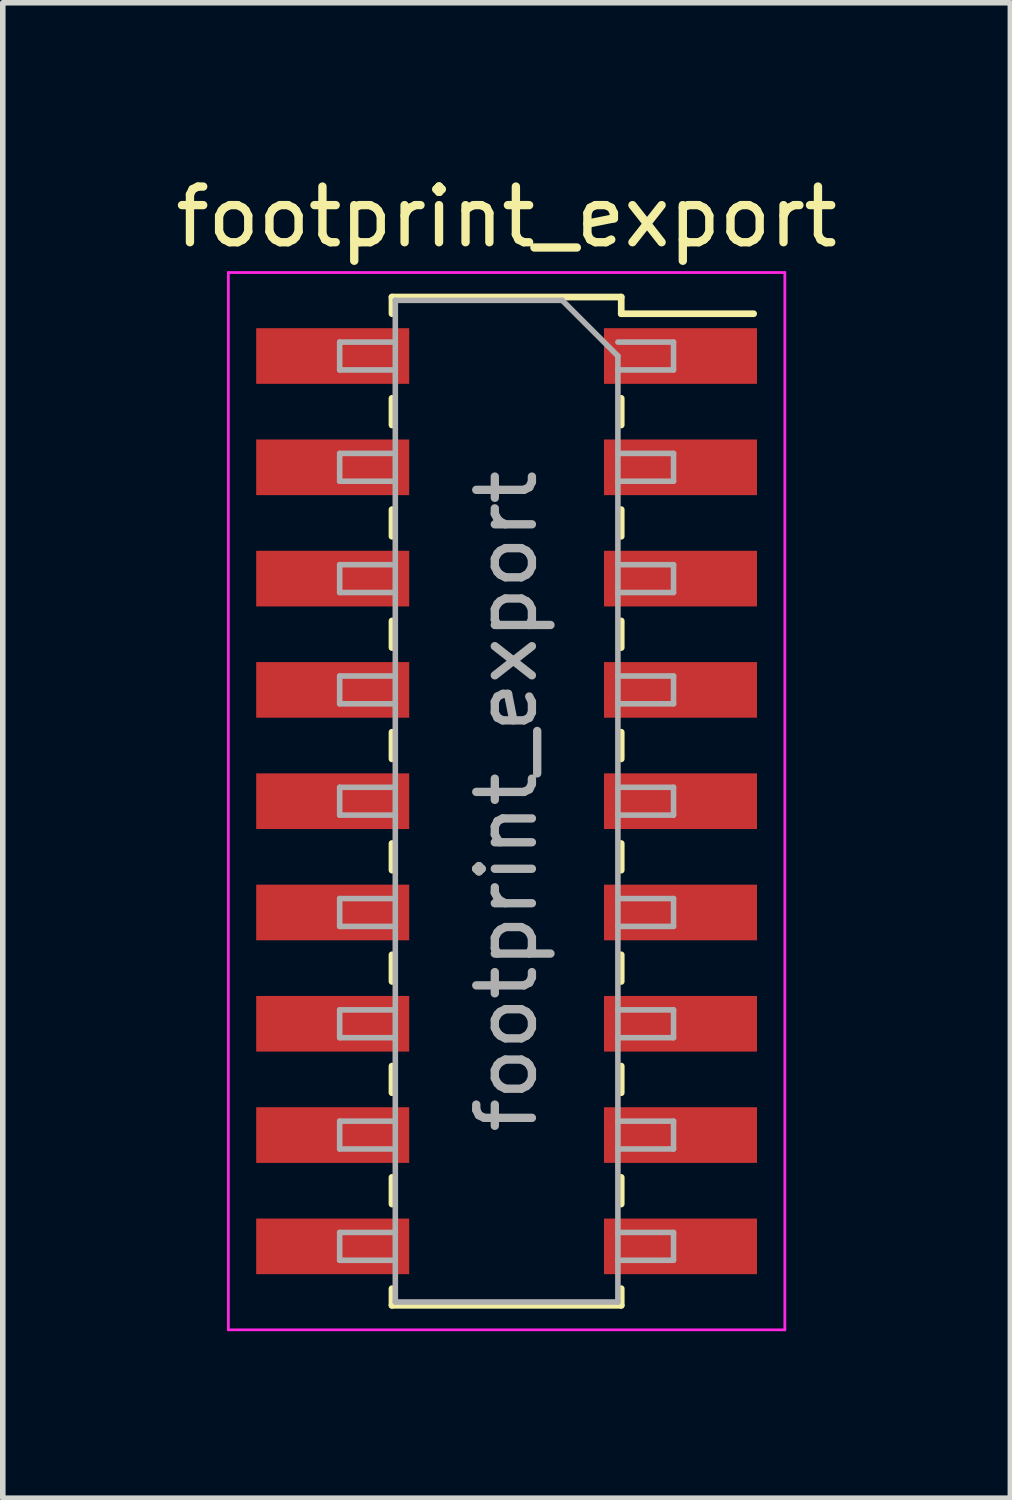
<source format=kicad_pcb>
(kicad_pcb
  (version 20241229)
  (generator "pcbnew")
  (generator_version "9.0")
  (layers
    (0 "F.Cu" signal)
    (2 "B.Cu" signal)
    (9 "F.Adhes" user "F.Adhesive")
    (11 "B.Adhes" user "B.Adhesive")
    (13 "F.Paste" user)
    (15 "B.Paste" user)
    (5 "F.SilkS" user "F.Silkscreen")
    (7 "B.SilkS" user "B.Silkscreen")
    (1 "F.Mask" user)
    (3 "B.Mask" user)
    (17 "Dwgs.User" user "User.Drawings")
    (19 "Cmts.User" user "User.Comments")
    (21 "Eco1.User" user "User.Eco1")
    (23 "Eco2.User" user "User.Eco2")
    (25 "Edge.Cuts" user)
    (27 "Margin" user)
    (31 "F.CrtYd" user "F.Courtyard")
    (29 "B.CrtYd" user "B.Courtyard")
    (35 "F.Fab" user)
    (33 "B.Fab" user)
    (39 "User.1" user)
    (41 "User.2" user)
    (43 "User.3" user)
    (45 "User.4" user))
  (footprint "footprint_export"
    (layer "F.Cu")
    (at 6.054 11.348)
    (property "Reference" "footprint_export" (at 0 -10.5 0) (layer "F.SilkS") (effects (font (size 1 1) (thickness 0.15))))
    (attr smd)
    (fp_line (start -2.06 -9.06) (end -2.06 -8.76) (stroke (width 0.12) (type solid)) (layer "F.SilkS"))
    (fp_line (start -2.06 -9.06) (end 2.06 -9.06) (stroke (width 0.12) (type solid)) (layer "F.SilkS"))
    (fp_line (start -2.06 -7.24) (end -2.06 -6.76) (stroke (width 0.12) (type solid)) (layer "F.SilkS"))
    (fp_line (start -2.06 -5.24) (end -2.06 -4.76) (stroke (width 0.12) (type solid)) (layer "F.SilkS"))
    (fp_line (start -2.06 -3.24) (end -2.06 -2.76) (stroke (width 0.12) (type solid)) (layer "F.SilkS"))
    (fp_line (start -2.06 -1.24) (end -2.06 -0.76) (stroke (width 0.12) (type solid)) (layer "F.SilkS"))
    (fp_line (start -2.06 0.76) (end -2.06 1.24) (stroke (width 0.12) (type solid)) (layer "F.SilkS"))
    (fp_line (start -2.06 2.76) (end -2.06 3.24) (stroke (width 0.12) (type solid)) (layer "F.SilkS"))
    (fp_line (start -2.06 4.76) (end -2.06 5.24) (stroke (width 0.12) (type solid)) (layer "F.SilkS"))
    (fp_line (start -2.06 6.76) (end -2.06 7.24) (stroke (width 0.12) (type solid)) (layer "F.SilkS"))
    (fp_line (start -2.06 8.76) (end -2.06 9.06) (stroke (width 0.12) (type solid)) (layer "F.SilkS"))
    (fp_line (start -2.06 9.06) (end 2.06 9.06) (stroke (width 0.12) (type solid)) (layer "F.SilkS"))
    (fp_line (start 2.06 -9.06) (end 2.06 -8.76) (stroke (width 0.12) (type solid)) (layer "F.SilkS"))
    (fp_line (start 2.06 -8.76) (end 4.44 -8.76) (stroke (width 0.12) (type solid)) (layer "F.SilkS"))
    (fp_line (start 2.06 -7.24) (end 2.06 -6.76) (stroke (width 0.12) (type solid)) (layer "F.SilkS"))
    (fp_line (start 2.06 -5.24) (end 2.06 -4.76) (stroke (width 0.12) (type solid)) (layer "F.SilkS"))
    (fp_line (start 2.06 -3.24) (end 2.06 -2.76) (stroke (width 0.12) (type solid)) (layer "F.SilkS"))
    (fp_line (start 2.06 -1.24) (end 2.06 -0.76) (stroke (width 0.12) (type solid)) (layer "F.SilkS"))
    (fp_line (start 2.06 0.76) (end 2.06 1.24) (stroke (width 0.12) (type solid)) (layer "F.SilkS"))
    (fp_line (start 2.06 2.76) (end 2.06 3.24) (stroke (width 0.12) (type solid)) (layer "F.SilkS"))
    (fp_line (start 2.06 4.76) (end 2.06 5.24) (stroke (width 0.12) (type solid)) (layer "F.SilkS"))
    (fp_line (start 2.06 6.76) (end 2.06 7.24) (stroke (width 0.12) (type solid)) (layer "F.SilkS"))
    (fp_line (start 2.06 8.76) (end 2.06 9.06) (stroke (width 0.12) (type solid)) (layer "F.SilkS"))
    (fp_line (start -5 -9.5) (end 5 -9.5) (stroke (width 0.05) (type solid)) (layer "F.CrtYd"))
    (fp_line (start -5 9.5) (end -5 -9.5) (stroke (width 0.05) (type solid)) (layer "F.CrtYd"))
    (fp_line (start 5 -9.5) (end 5 9.5) (stroke (width 0.05) (type solid)) (layer "F.CrtYd"))
    (fp_line (start 5 9.5) (end -5 9.5) (stroke (width 0.05) (type solid)) (layer "F.CrtYd"))
    (fp_line (start -3 -8.25) (end -2 -8.25) (stroke (width 0.1) (type solid)) (layer "F.Fab"))
    (fp_line (start -3 -7.75) (end -3 -8.25) (stroke (width 0.1) (type solid)) (layer "F.Fab"))
    (fp_line (start -3 -6.25) (end -2 -6.25) (stroke (width 0.1) (type solid)) (layer "F.Fab"))
    (fp_line (start -3 -5.75) (end -3 -6.25) (stroke (width 0.1) (type solid)) (layer "F.Fab"))
    (fp_line (start -3 -4.25) (end -2 -4.25) (stroke (width 0.1) (type solid)) (layer "F.Fab"))
    (fp_line (start -3 -3.75) (end -3 -4.25) (stroke (width 0.1) (type solid)) (layer "F.Fab"))
    (fp_line (start -3 -2.25) (end -2 -2.25) (stroke (width 0.1) (type solid)) (layer "F.Fab"))
    (fp_line (start -3 -1.75) (end -3 -2.25) (stroke (width 0.1) (type solid)) (layer "F.Fab"))
    (fp_line (start -3 -0.25) (end -2 -0.25) (stroke (width 0.1) (type solid)) (layer "F.Fab"))
    (fp_line (start -3 0.25) (end -3 -0.25) (stroke (width 0.1) (type solid)) (layer "F.Fab"))
    (fp_line (start -3 1.75) (end -2 1.75) (stroke (width 0.1) (type solid)) (layer "F.Fab"))
    (fp_line (start -3 2.25) (end -3 1.75) (stroke (width 0.1) (type solid)) (layer "F.Fab"))
    (fp_line (start -3 3.75) (end -2 3.75) (stroke (width 0.1) (type solid)) (layer "F.Fab"))
    (fp_line (start -3 4.25) (end -3 3.75) (stroke (width 0.1) (type solid)) (layer "F.Fab"))
    (fp_line (start -3 5.75) (end -2 5.75) (stroke (width 0.1) (type solid)) (layer "F.Fab"))
    (fp_line (start -3 6.25) (end -3 5.75) (stroke (width 0.1) (type solid)) (layer "F.Fab"))
    (fp_line (start -3 7.75) (end -2 7.75) (stroke (width 0.1) (type solid)) (layer "F.Fab"))
    (fp_line (start -3 8.25) (end -3 7.75) (stroke (width 0.1) (type solid)) (layer "F.Fab"))
    (fp_line (start -2 -9) (end 1 -9) (stroke (width 0.1) (type solid)) (layer "F.Fab"))
    (fp_line (start -2 -7.75) (end -3 -7.75) (stroke (width 0.1) (type solid)) (layer "F.Fab"))
    (fp_line (start -2 -5.75) (end -3 -5.75) (stroke (width 0.1) (type solid)) (layer "F.Fab"))
    (fp_line (start -2 -3.75) (end -3 -3.75) (stroke (width 0.1) (type solid)) (layer "F.Fab"))
    (fp_line (start -2 -1.75) (end -3 -1.75) (stroke (width 0.1) (type solid)) (layer "F.Fab"))
    (fp_line (start -2 0.25) (end -3 0.25) (stroke (width 0.1) (type solid)) (layer "F.Fab"))
    (fp_line (start -2 2.25) (end -3 2.25) (stroke (width 0.1) (type solid)) (layer "F.Fab"))
    (fp_line (start -2 4.25) (end -3 4.25) (stroke (width 0.1) (type solid)) (layer "F.Fab"))
    (fp_line (start -2 6.25) (end -3 6.25) (stroke (width 0.1) (type solid)) (layer "F.Fab"))
    (fp_line (start -2 8.25) (end -3 8.25) (stroke (width 0.1) (type solid)) (layer "F.Fab"))
    (fp_line (start -2 9) (end -2 -9) (stroke (width 0.1) (type solid)) (layer "F.Fab"))
    (fp_line (start 1 -9) (end 2 -8) (stroke (width 0.1) (type solid)) (layer "F.Fab"))
    (fp_line (start 2 -8.25) (end 3 -8.25) (stroke (width 0.1) (type solid)) (layer "F.Fab"))
    (fp_line (start 2 -8) (end 2 9) (stroke (width 0.1) (type solid)) (layer "F.Fab"))
    (fp_line (start 2 -6.25) (end 3 -6.25) (stroke (width 0.1) (type solid)) (layer "F.Fab"))
    (fp_line (start 2 -4.25) (end 3 -4.25) (stroke (width 0.1) (type solid)) (layer "F.Fab"))
    (fp_line (start 2 -2.25) (end 3 -2.25) (stroke (width 0.1) (type solid)) (layer "F.Fab"))
    (fp_line (start 2 -0.25) (end 3 -0.25) (stroke (width 0.1) (type solid)) (layer "F.Fab"))
    (fp_line (start 2 1.75) (end 3 1.75) (stroke (width 0.1) (type solid)) (layer "F.Fab"))
    (fp_line (start 2 3.75) (end 3 3.75) (stroke (width 0.1) (type solid)) (layer "F.Fab"))
    (fp_line (start 2 5.75) (end 3 5.75) (stroke (width 0.1) (type solid)) (layer "F.Fab"))
    (fp_line (start 2 7.75) (end 3 7.75) (stroke (width 0.1) (type solid)) (layer "F.Fab"))
    (fp_line (start 2 9) (end -2 9) (stroke (width 0.1) (type solid)) (layer "F.Fab"))
    (fp_line (start 3 -8.25) (end 3 -7.75) (stroke (width 0.1) (type solid)) (layer "F.Fab"))
    (fp_line (start 3 -7.75) (end 2 -7.75) (stroke (width 0.1) (type solid)) (layer "F.Fab"))
    (fp_line (start 3 -6.25) (end 3 -5.75) (stroke (width 0.1) (type solid)) (layer "F.Fab"))
    (fp_line (start 3 -5.75) (end 2 -5.75) (stroke (width 0.1) (type solid)) (layer "F.Fab"))
    (fp_line (start 3 -4.25) (end 3 -3.75) (stroke (width 0.1) (type solid)) (layer "F.Fab"))
    (fp_line (start 3 -3.75) (end 2 -3.75) (stroke (width 0.1) (type solid)) (layer "F.Fab"))
    (fp_line (start 3 -2.25) (end 3 -1.75) (stroke (width 0.1) (type solid)) (layer "F.Fab"))
    (fp_line (start 3 -1.75) (end 2 -1.75) (stroke (width 0.1) (type solid)) (layer "F.Fab"))
    (fp_line (start 3 -0.25) (end 3 0.25) (stroke (width 0.1) (type solid)) (layer "F.Fab"))
    (fp_line (start 3 0.25) (end 2 0.25) (stroke (width 0.1) (type solid)) (layer "F.Fab"))
    (fp_line (start 3 1.75) (end 3 2.25) (stroke (width 0.1) (type solid)) (layer "F.Fab"))
    (fp_line (start 3 2.25) (end 2 2.25) (stroke (width 0.1) (type solid)) (layer "F.Fab"))
    (fp_line (start 3 3.75) (end 3 4.25) (stroke (width 0.1) (type solid)) (layer "F.Fab"))
    (fp_line (start 3 4.25) (end 2 4.25) (stroke (width 0.1) (type solid)) (layer "F.Fab"))
    (fp_line (start 3 5.75) (end 3 6.25) (stroke (width 0.1) (type solid)) (layer "F.Fab"))
    (fp_line (start 3 6.25) (end 2 6.25) (stroke (width 0.1) (type solid)) (layer "F.Fab"))
    (fp_line (start 3 7.75) (end 3 8.25) (stroke (width 0.1) (type solid)) (layer "F.Fab"))
    (fp_line (start 3 8.25) (end 2 8.25) (stroke (width 0.1) (type solid)) (layer "F.Fab"))
    (fp_text user "${REFERENCE}" (at 0 0 90) (layer "F.Fab") (effects (font (size 1 1) (thickness 0.15))))
    (pad "1" smd rect (at 3.125 -8) (size 2.75 1) (layers "F.Cu" "F.Mask" "F.Paste"))
    (pad "2" smd rect (at -3.125 -8) (size 2.75 1) (layers "F.Cu" "F.Mask" "F.Paste"))
    (pad "3" smd rect (at 3.125 -6) (size 2.75 1) (layers "F.Cu" "F.Mask" "F.Paste"))
    (pad "4" smd rect (at -3.125 -6) (size 2.75 1) (layers "F.Cu" "F.Mask" "F.Paste"))
    (pad "5" smd rect (at 3.125 -4) (size 2.75 1) (layers "F.Cu" "F.Mask" "F.Paste"))
    (pad "6" smd rect (at -3.125 -4) (size 2.75 1) (layers "F.Cu" "F.Mask" "F.Paste"))
    (pad "7" smd rect (at 3.125 -2) (size 2.75 1) (layers "F.Cu" "F.Mask" "F.Paste"))
    (pad "8" smd rect (at -3.125 -2) (size 2.75 1) (layers "F.Cu" "F.Mask" "F.Paste"))
    (pad "9" smd rect (at 3.125 0) (size 2.75 1) (layers "F.Cu" "F.Mask" "F.Paste"))
    (pad "10" smd rect (at -3.125 0) (size 2.75 1) (layers "F.Cu" "F.Mask" "F.Paste"))
    (pad "11" smd rect (at 3.125 2) (size 2.75 1) (layers "F.Cu" "F.Mask" "F.Paste"))
    (pad "12" smd rect (at -3.125 2) (size 2.75 1) (layers "F.Cu" "F.Mask" "F.Paste"))
    (pad "13" smd rect (at 3.125 4) (size 2.75 1) (layers "F.Cu" "F.Mask" "F.Paste"))
    (pad "14" smd rect (at -3.125 4) (size 2.75 1) (layers "F.Cu" "F.Mask" "F.Paste"))
    (pad "15" smd rect (at 3.125 6) (size 2.75 1) (layers "F.Cu" "F.Mask" "F.Paste"))
    (pad "16" smd rect (at -3.125 6) (size 2.75 1) (layers "F.Cu" "F.Mask" "F.Paste"))
    (pad "17" smd rect (at 3.125 8) (size 2.75 1) (layers "F.Cu" "F.Mask" "F.Paste"))
    (pad "18" smd rect (at -3.125 8) (size 2.75 1) (layers "F.Cu" "F.Mask" "F.Paste")))
  (gr_rect
    (start -3 -3)
    (end 15.107 23.873)
    (stroke (width 0.1) (type default))
    (fill no)
    (layer "Edge.Cuts")))
</source>
